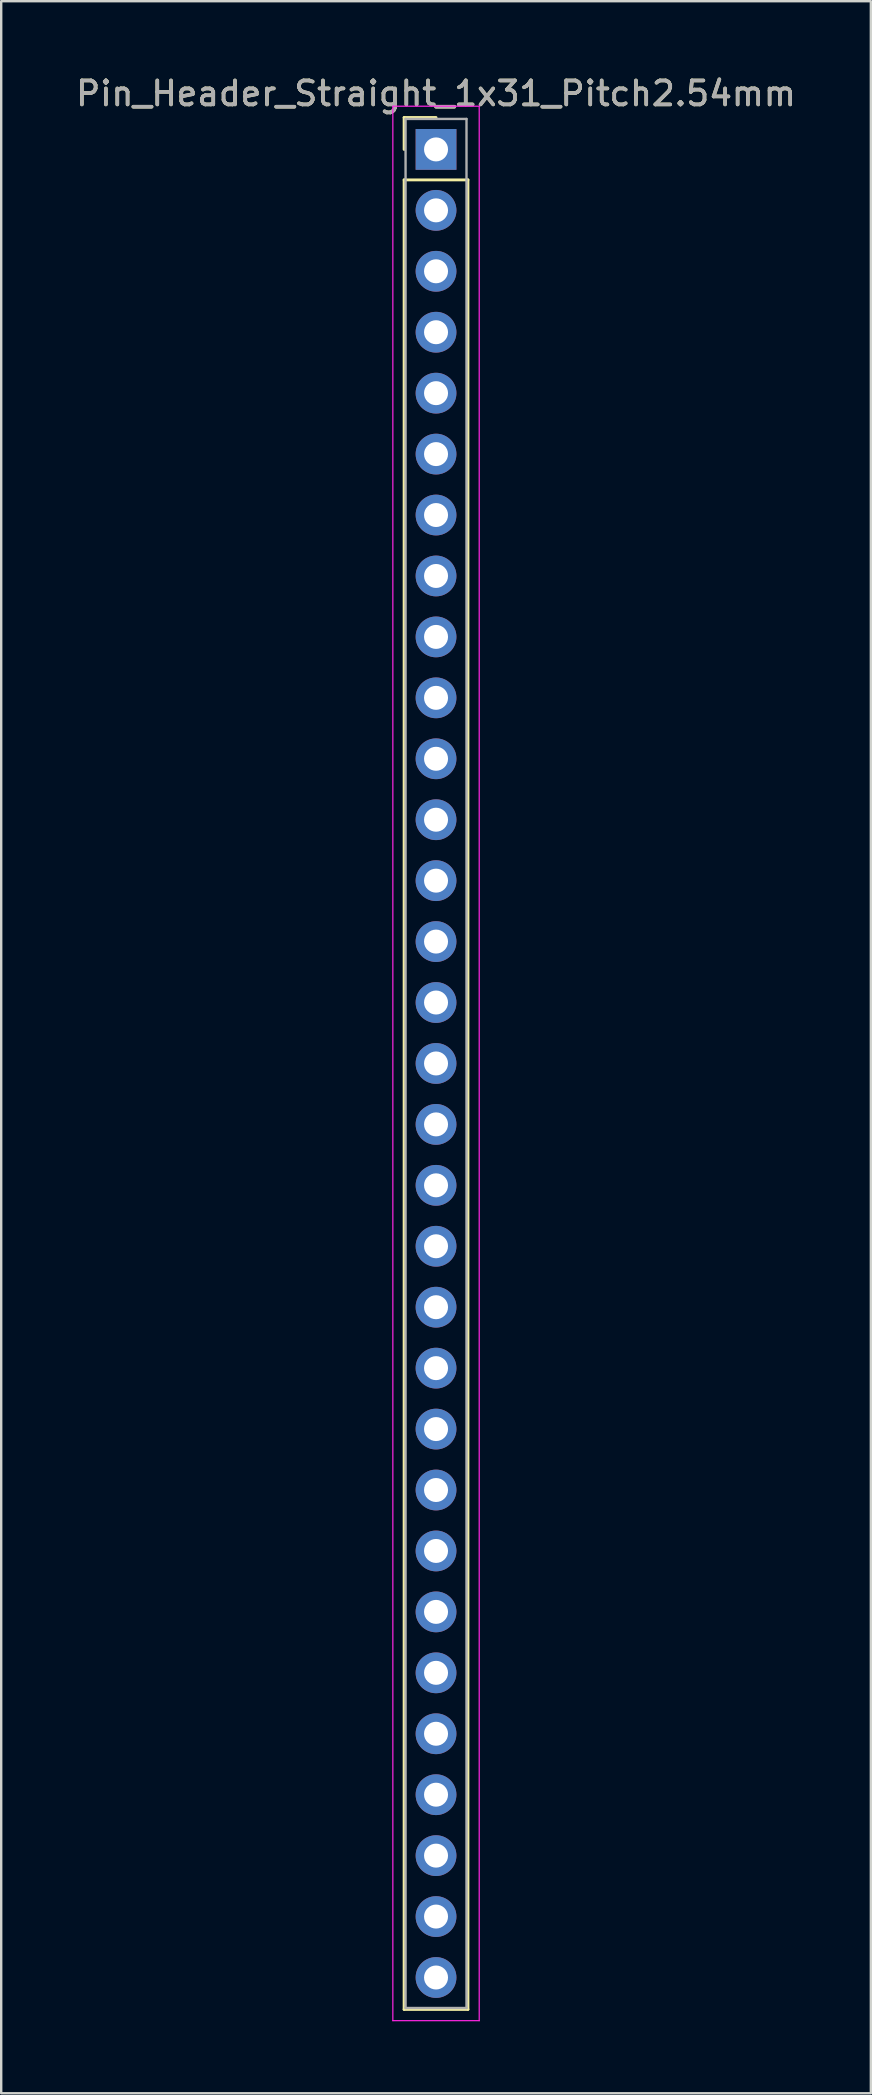
<source format=kicad_pcb>
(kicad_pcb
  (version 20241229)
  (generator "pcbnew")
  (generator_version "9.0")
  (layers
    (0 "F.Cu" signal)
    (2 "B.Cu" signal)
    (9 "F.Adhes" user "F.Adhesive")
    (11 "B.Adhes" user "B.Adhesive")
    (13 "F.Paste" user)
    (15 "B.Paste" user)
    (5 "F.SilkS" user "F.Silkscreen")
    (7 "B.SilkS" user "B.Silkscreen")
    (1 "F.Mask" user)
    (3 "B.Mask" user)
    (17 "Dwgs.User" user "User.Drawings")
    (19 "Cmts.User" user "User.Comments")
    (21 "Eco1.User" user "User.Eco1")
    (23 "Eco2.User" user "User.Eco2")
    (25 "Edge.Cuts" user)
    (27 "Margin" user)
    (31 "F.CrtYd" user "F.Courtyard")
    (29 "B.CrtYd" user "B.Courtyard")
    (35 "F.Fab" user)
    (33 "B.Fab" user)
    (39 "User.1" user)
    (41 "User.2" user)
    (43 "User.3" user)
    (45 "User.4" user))
  (footprint "Pin_Header_Straight_1x31_Pitch2.54mm"
    (layer "F.Cu")
    (at 15.125 3.178)
    (property "Reference" "Pin_Header_Straight_1x31_Pitch2.54mm" (at 0 -2.33 0) (layer "F.SilkS") (effects (font (size 1 1) (thickness 0.15))))
    (attr through_hole)
    (fp_line (start -1.33 -1.33) (end 0 -1.33) (stroke (width 0.12) (type solid)) (layer "F.SilkS"))
    (fp_line (start -1.33 0) (end -1.33 -1.33) (stroke (width 0.12) (type solid)) (layer "F.SilkS"))
    (fp_line (start -1.33 1.27) (end -1.33 77.53) (stroke (width 0.12) (type solid)) (layer "F.SilkS"))
    (fp_line (start -1.33 77.53) (end 1.33 77.53) (stroke (width 0.12) (type solid)) (layer "F.SilkS"))
    (fp_line (start 1.33 1.27) (end -1.33 1.27) (stroke (width 0.12) (type solid)) (layer "F.SilkS"))
    (fp_line (start 1.33 77.53) (end 1.33 1.27) (stroke (width 0.12) (type solid)) (layer "F.SilkS"))
    (fp_line (start -1.8 -1.8) (end -1.8 78) (stroke (width 0.05) (type solid)) (layer "F.CrtYd"))
    (fp_line (start -1.8 78) (end 1.8 78) (stroke (width 0.05) (type solid)) (layer "F.CrtYd"))
    (fp_line (start 1.8 -1.8) (end -1.8 -1.8) (stroke (width 0.05) (type solid)) (layer "F.CrtYd"))
    (fp_line (start 1.8 78) (end 1.8 -1.8) (stroke (width 0.05) (type solid)) (layer "F.CrtYd"))
    (fp_line (start -1.27 -1.27) (end -1.27 77.47) (stroke (width 0.1) (type solid)) (layer "F.Fab"))
    (fp_line (start -1.27 77.47) (end 1.27 77.47) (stroke (width 0.1) (type solid)) (layer "F.Fab"))
    (fp_line (start 1.27 -1.27) (end -1.27 -1.27) (stroke (width 0.1) (type solid)) (layer "F.Fab"))
    (fp_line (start 1.27 77.47) (end 1.27 -1.27) (stroke (width 0.1) (type solid)) (layer "F.Fab"))
    (fp_text user "${REFERENCE}" (at 0 -2.33 0) (layer "F.Fab") (effects (font (size 1 1) (thickness 0.15))))
    (pad "1" thru_hole rect (at 0 0) (size 1.7 1.7) (drill 1) (layers "*.Cu" "*.Mask"))
    (pad "2" thru_hole oval (at 0 2.54) (size 1.7 1.7) (drill 1) (layers "*.Cu" "*.Mask"))
    (pad "3" thru_hole oval (at 0 5.08) (size 1.7 1.7) (drill 1) (layers "*.Cu" "*.Mask"))
    (pad "4" thru_hole oval (at 0 7.62) (size 1.7 1.7) (drill 1) (layers "*.Cu" "*.Mask"))
    (pad "5" thru_hole oval (at 0 10.16) (size 1.7 1.7) (drill 1) (layers "*.Cu" "*.Mask"))
    (pad "6" thru_hole oval (at 0 12.7) (size 1.7 1.7) (drill 1) (layers "*.Cu" "*.Mask"))
    (pad "7" thru_hole oval (at 0 15.24) (size 1.7 1.7) (drill 1) (layers "*.Cu" "*.Mask"))
    (pad "8" thru_hole oval (at 0 17.78) (size 1.7 1.7) (drill 1) (layers "*.Cu" "*.Mask"))
    (pad "9" thru_hole oval (at 0 20.32) (size 1.7 1.7) (drill 1) (layers "*.Cu" "*.Mask"))
    (pad "10" thru_hole oval (at 0 22.86) (size 1.7 1.7) (drill 1) (layers "*.Cu" "*.Mask"))
    (pad "11" thru_hole oval (at 0 25.4) (size 1.7 1.7) (drill 1) (layers "*.Cu" "*.Mask"))
    (pad "12" thru_hole oval (at 0 27.94) (size 1.7 1.7) (drill 1) (layers "*.Cu" "*.Mask"))
    (pad "13" thru_hole oval (at 0 30.48) (size 1.7 1.7) (drill 1) (layers "*.Cu" "*.Mask"))
    (pad "14" thru_hole oval (at 0 33.02) (size 1.7 1.7) (drill 1) (layers "*.Cu" "*.Mask"))
    (pad "15" thru_hole oval (at 0 35.56) (size 1.7 1.7) (drill 1) (layers "*.Cu" "*.Mask"))
    (pad "16" thru_hole oval (at 0 38.1) (size 1.7 1.7) (drill 1) (layers "*.Cu" "*.Mask"))
    (pad "17" thru_hole oval (at 0 40.64) (size 1.7 1.7) (drill 1) (layers "*.Cu" "*.Mask"))
    (pad "18" thru_hole oval (at 0 43.18) (size 1.7 1.7) (drill 1) (layers "*.Cu" "*.Mask"))
    (pad "19" thru_hole oval (at 0 45.72) (size 1.7 1.7) (drill 1) (layers "*.Cu" "*.Mask"))
    (pad "20" thru_hole oval (at 0 48.26) (size 1.7 1.7) (drill 1) (layers "*.Cu" "*.Mask"))
    (pad "21" thru_hole oval (at 0 50.8) (size 1.7 1.7) (drill 1) (layers "*.Cu" "*.Mask"))
    (pad "22" thru_hole oval (at 0 53.34) (size 1.7 1.7) (drill 1) (layers "*.Cu" "*.Mask"))
    (pad "23" thru_hole oval (at 0 55.88) (size 1.7 1.7) (drill 1) (layers "*.Cu" "*.Mask"))
    (pad "24" thru_hole oval (at 0 58.42) (size 1.7 1.7) (drill 1) (layers "*.Cu" "*.Mask"))
    (pad "25" thru_hole oval (at 0 60.96) (size 1.7 1.7) (drill 1) (layers "*.Cu" "*.Mask"))
    (pad "26" thru_hole oval (at 0 63.5) (size 1.7 1.7) (drill 1) (layers "*.Cu" "*.Mask"))
    (pad "27" thru_hole oval (at 0 66.04) (size 1.7 1.7) (drill 1) (layers "*.Cu" "*.Mask"))
    (pad "28" thru_hole oval (at 0 68.58) (size 1.7 1.7) (drill 1) (layers "*.Cu" "*.Mask"))
    (pad "29" thru_hole oval (at 0 71.12) (size 1.7 1.7) (drill 1) (layers "*.Cu" "*.Mask"))
    (pad "30" thru_hole oval (at 0 73.66) (size 1.7 1.7) (drill 1) (layers "*.Cu" "*.Mask"))
    (pad "31" thru_hole oval (at 0 76.2) (size 1.7 1.7) (drill 1) (layers "*.Cu" "*.Mask")))
  (gr_rect
    (start -3 -3)
    (end 33.25 84.203)
    (stroke (width 0.1) (type default))
    (fill no)
    (layer "Edge.Cuts")))
</source>
